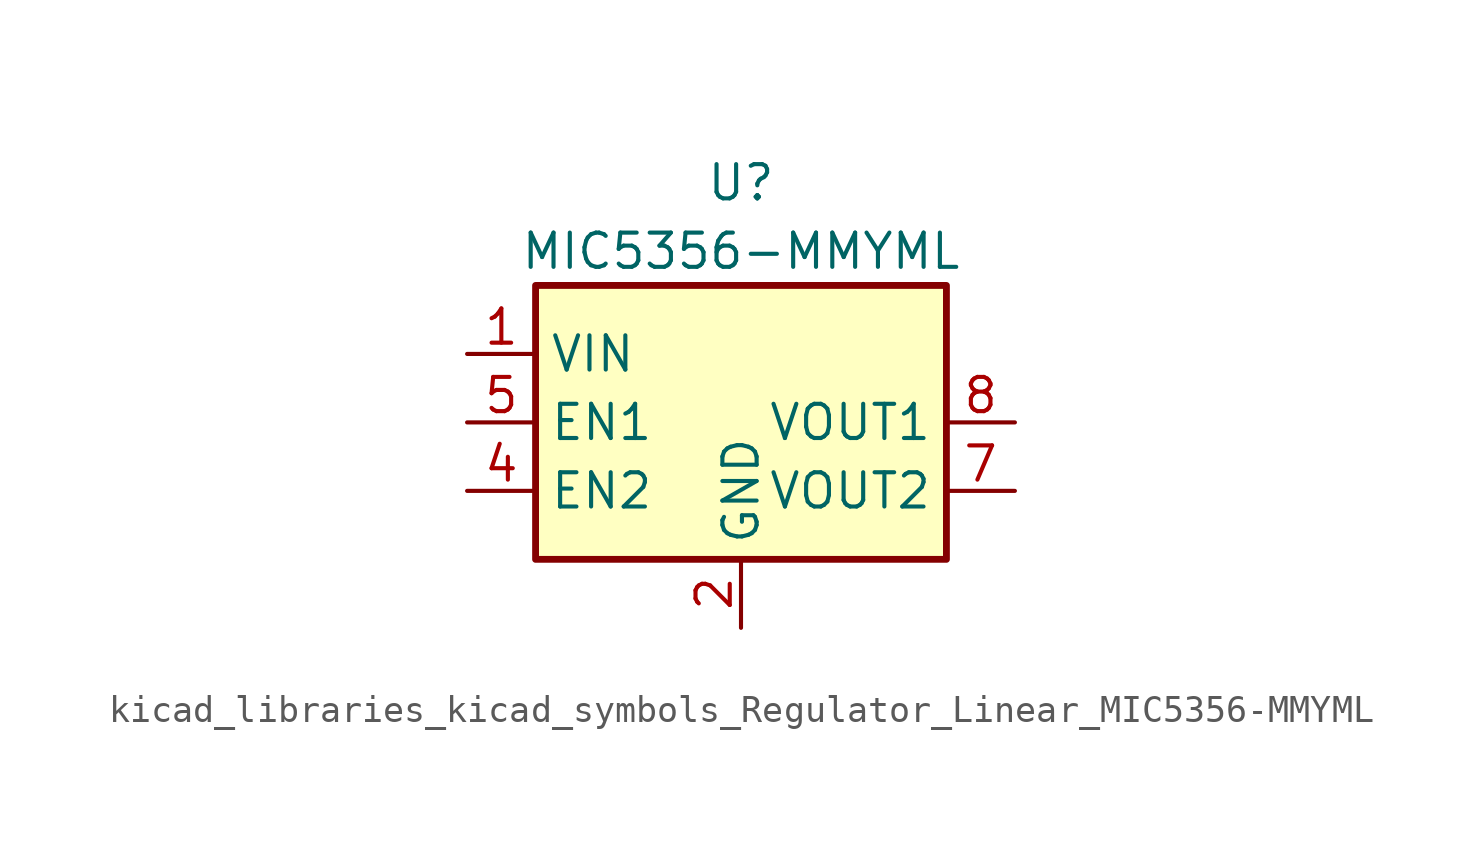
<source format=kicad_sym>
(kicad_symbol_lib
  (version 20220914)
  (generator kicad_symbol_editor)
  (symbol "kicad_libraries_kicad_symbols_Regulator_Linear_MIC5356-MMYML"
    (property "Reference" "U"
      (at 0 8.89 0)
      (effects (font (size 1.27 1.27))))
    (property "Value" "MIC5356-MMYML"
      (at 0 6.35 0)
      (effects (font (size 1.27 1.27))))
    (symbol "kicad_libraries_kicad_symbols_Regulator_Linear_MIC5356-MMYML_0_1"
      (rectangle (start -7.62 5.08) (end 7.62 -5.08) (stroke (width 0.254) (type default)) (fill (type background))))
    (symbol "kicad_libraries_kicad_symbols_Regulator_Linear_MIC5356-MMYML_1_1"
      (pin power_in line (at -10.16 2.54 0) (length 2.54) (name "VIN" (effects (font (size 1.27 1.27)))) (number "1" (effects (font (size 1.27 1.27)))))
      (pin power_in line (at 0 -7.62 90) (length 2.54) (name "GND" (effects (font (size 1.27 1.27)))) (number "2" (effects (font (size 1.27 1.27)))))
      (pin no_connect line (at 0 5.08 270) (length 2.54) hide (name "NC" (effects (font (size 1.27 1.27)))) (number "3" (effects (font (size 1.27 1.27)))))
      (pin input line (at -10.16 -2.54 0) (length 2.54) (name "EN2" (effects (font (size 1.27 1.27)))) (number "4" (effects (font (size 1.27 1.27)))))
      (pin input line (at -10.16 0 0) (length 2.54) (name "EN1" (effects (font (size 1.27 1.27)))) (number "5" (effects (font (size 1.27 1.27)))))
      (pin no_connect line (at 7.62 2.54 180) (length 2.54) hide (name "NC" (effects (font (size 1.27 1.27)))) (number "6" (effects (font (size 1.27 1.27)))))
      (pin power_out line (at 10.16 -2.54 180) (length 2.54) (name "VOUT2" (effects (font (size 1.27 1.27)))) (number "7" (effects (font (size 1.27 1.27)))))
      (pin power_out line (at 10.16 0 180) (length 2.54) (name "VOUT1" (effects (font (size 1.27 1.27)))) (number "8" (effects (font (size 1.27 1.27)))))
      (pin passive line (at 0 -7.62 90) (length 2.54) hide (name "GND" (effects (font (size 1.27 1.27)))) (number "9" (effects (font (size 1.27 1.27))))))))
</source>
